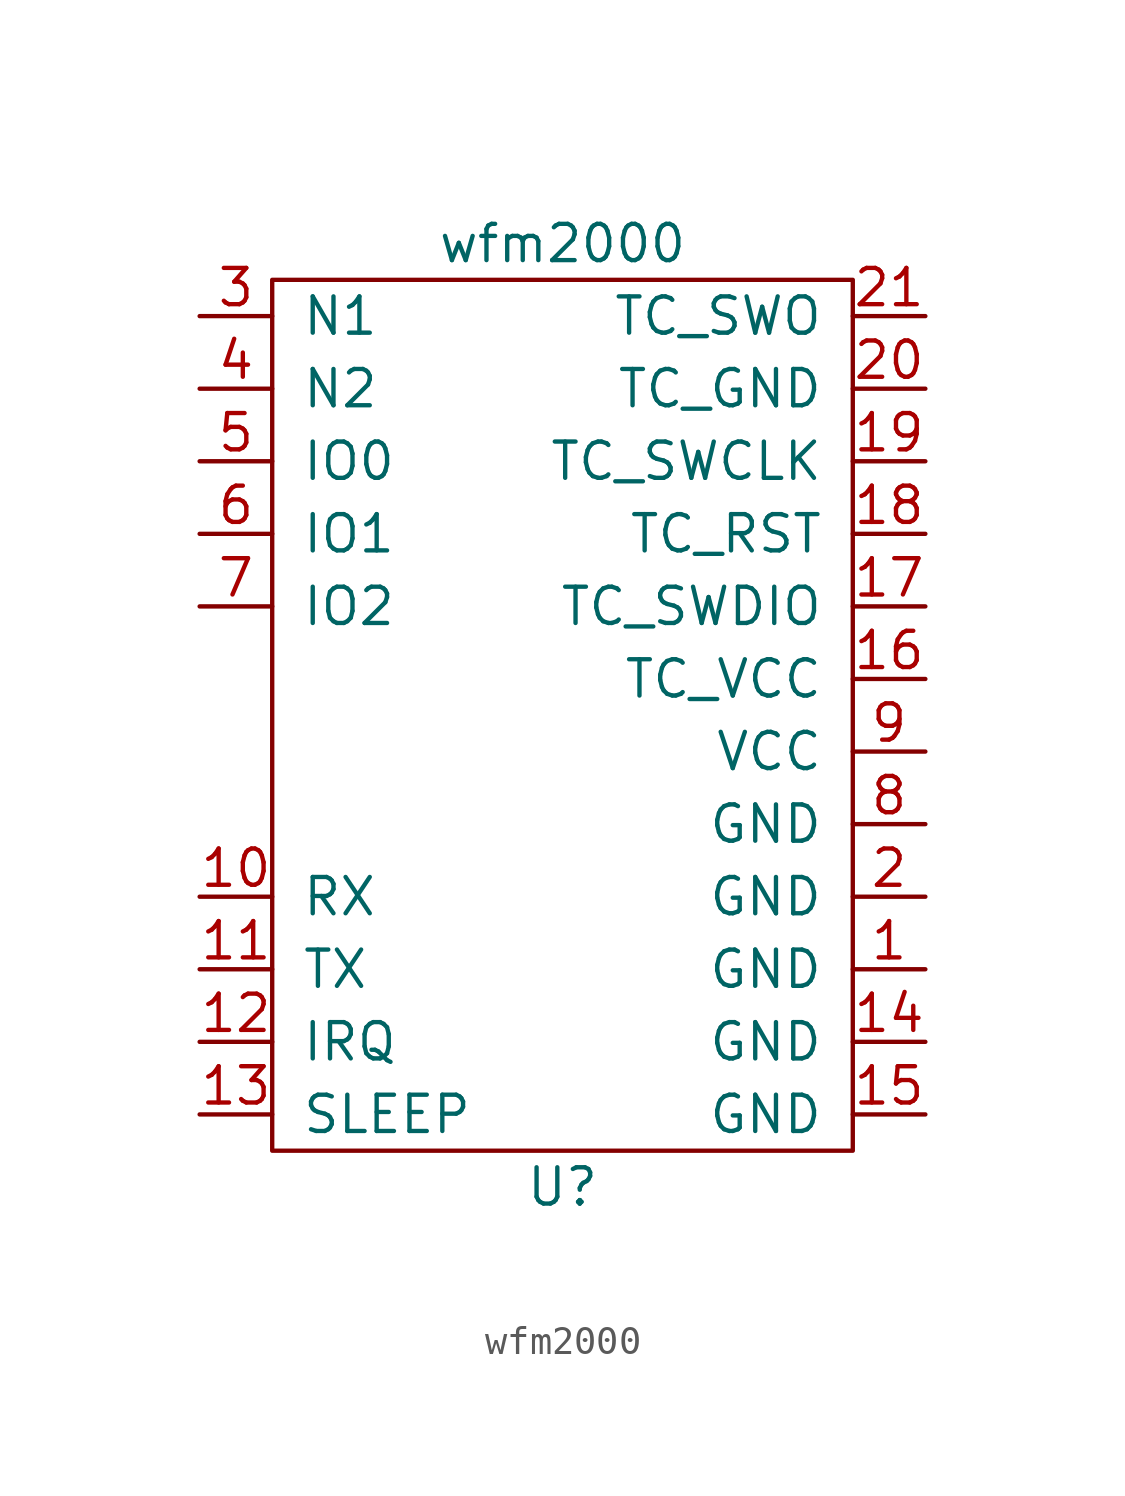
<source format=kicad_sym>
(kicad_symbol_lib
  (version 20211014)
  (generator kicad_symbol_editor)
  (symbol "wfm2000"
    (pin_names
      (offset 1.016))
    (property "Reference" "U"
      (at 0 -16.51 0)
      (effects (font (size 1.27 1.27))))
    (property "Value" "wfm2000"
      (at 0 16.51 0)
      (effects (font (size 1.27 1.27))))
    (symbol "wfm2000_0_0"
      (pin unspecified line (at -12.7 -6.35 0) (length 2.54) (name "RX" (effects (font (size 1.27 1.27)))) (number "10" (effects (font (size 1.27 1.27)))))
      (pin unspecified line (at -12.7 -8.89 0) (length 2.54) (name "TX" (effects (font (size 1.27 1.27)))) (number "11" (effects (font (size 1.27 1.27)))))
      (pin unspecified line (at -12.7 -11.43 0) (length 2.54) (name "IRQ" (effects (font (size 1.27 1.27)))) (number "12" (effects (font (size 1.27 1.27)))))
      (pin unspecified line (at -12.7 -13.97 0) (length 2.54) (name "SLEEP" (effects (font (size 1.27 1.27)))) (number "13" (effects (font (size 1.27 1.27)))))
      (pin unspecified line (at 12.7 -11.43 180) (length 2.54) (name "GND" (effects (font (size 1.27 1.27)))) (number "14" (effects (font (size 1.27 1.27)))))
      (pin unspecified line (at 12.7 -13.97 180) (length 2.54) (name "GND" (effects (font (size 1.27 1.27)))) (number "15" (effects (font (size 1.27 1.27)))))
      (pin unspecified line (at -12.7 13.97 0) (length 2.54) (name "N1" (effects (font (size 1.27 1.27)))) (number "3" (effects (font (size 1.27 1.27)))))
      (pin unspecified line (at -12.7 11.43 0) (length 2.54) (name "N2" (effects (font (size 1.27 1.27)))) (number "4" (effects (font (size 1.27 1.27)))))
      (pin unspecified line (at -12.7 8.89 0) (length 2.54) (name "IO0" (effects (font (size 1.27 1.27)))) (number "5" (effects (font (size 1.27 1.27)))))
      (pin unspecified line (at -12.7 6.35 0) (length 2.54) (name "IO1" (effects (font (size 1.27 1.27)))) (number "6" (effects (font (size 1.27 1.27)))))
      (pin unspecified line (at -12.7 3.81 0) (length 2.54) (name "IO2" (effects (font (size 1.27 1.27)))) (number "7" (effects (font (size 1.27 1.27)))))
      (pin unspecified line (at 12.7 -3.81 180) (length 2.54) (name "GND" (effects (font (size 1.27 1.27)))) (number "8" (effects (font (size 1.27 1.27)))))
      (pin unspecified line (at 12.7 -1.27 180) (length 2.54) (name "VCC" (effects (font (size 1.27 1.27)))) (number "9" (effects (font (size 1.27 1.27))))))
    (symbol "wfm2000_0_1"
      (rectangle (start -10.16 15.24) (end 10.16 -15.24) (stroke (width 0) (type default) (color 0 0 0 0)) (fill (type none))))
    (symbol "wfm2000_1_1"
      (pin input line (at 12.7 -8.89 180) (length 2.54) (name "GND" (effects (font (size 1.27 1.27)))) (number "1" (effects (font (size 1.27 1.27)))))
      (pin input line (at 12.7 1.27 180) (length 2.54) (name "TC_VCC" (effects (font (size 1.27 1.27)))) (number "16" (effects (font (size 1.27 1.27)))))
      (pin input line (at 12.7 3.81 180) (length 2.54) (name "TC_SWDIO" (effects (font (size 1.27 1.27)))) (number "17" (effects (font (size 1.27 1.27)))))
      (pin input line (at 12.7 6.35 180) (length 2.54) (name "TC_RST" (effects (font (size 1.27 1.27)))) (number "18" (effects (font (size 1.27 1.27)))))
      (pin input line (at 12.7 8.89 180) (length 2.54) (name "TC_SWCLK" (effects (font (size 1.27 1.27)))) (number "19" (effects (font (size 1.27 1.27)))))
      (pin input line (at 12.7 -6.35 180) (length 2.54) (name "GND" (effects (font (size 1.27 1.27)))) (number "2" (effects (font (size 1.27 1.27)))))
      (pin input line (at 12.7 11.43 180) (length 2.54) (name "TC_GND" (effects (font (size 1.27 1.27)))) (number "20" (effects (font (size 1.27 1.27)))))
      (pin input line (at 12.7 13.97 180) (length 2.54) (name "TC_SWO" (effects (font (size 1.27 1.27)))) (number "21" (effects (font (size 1.27 1.27))))))))
</source>
